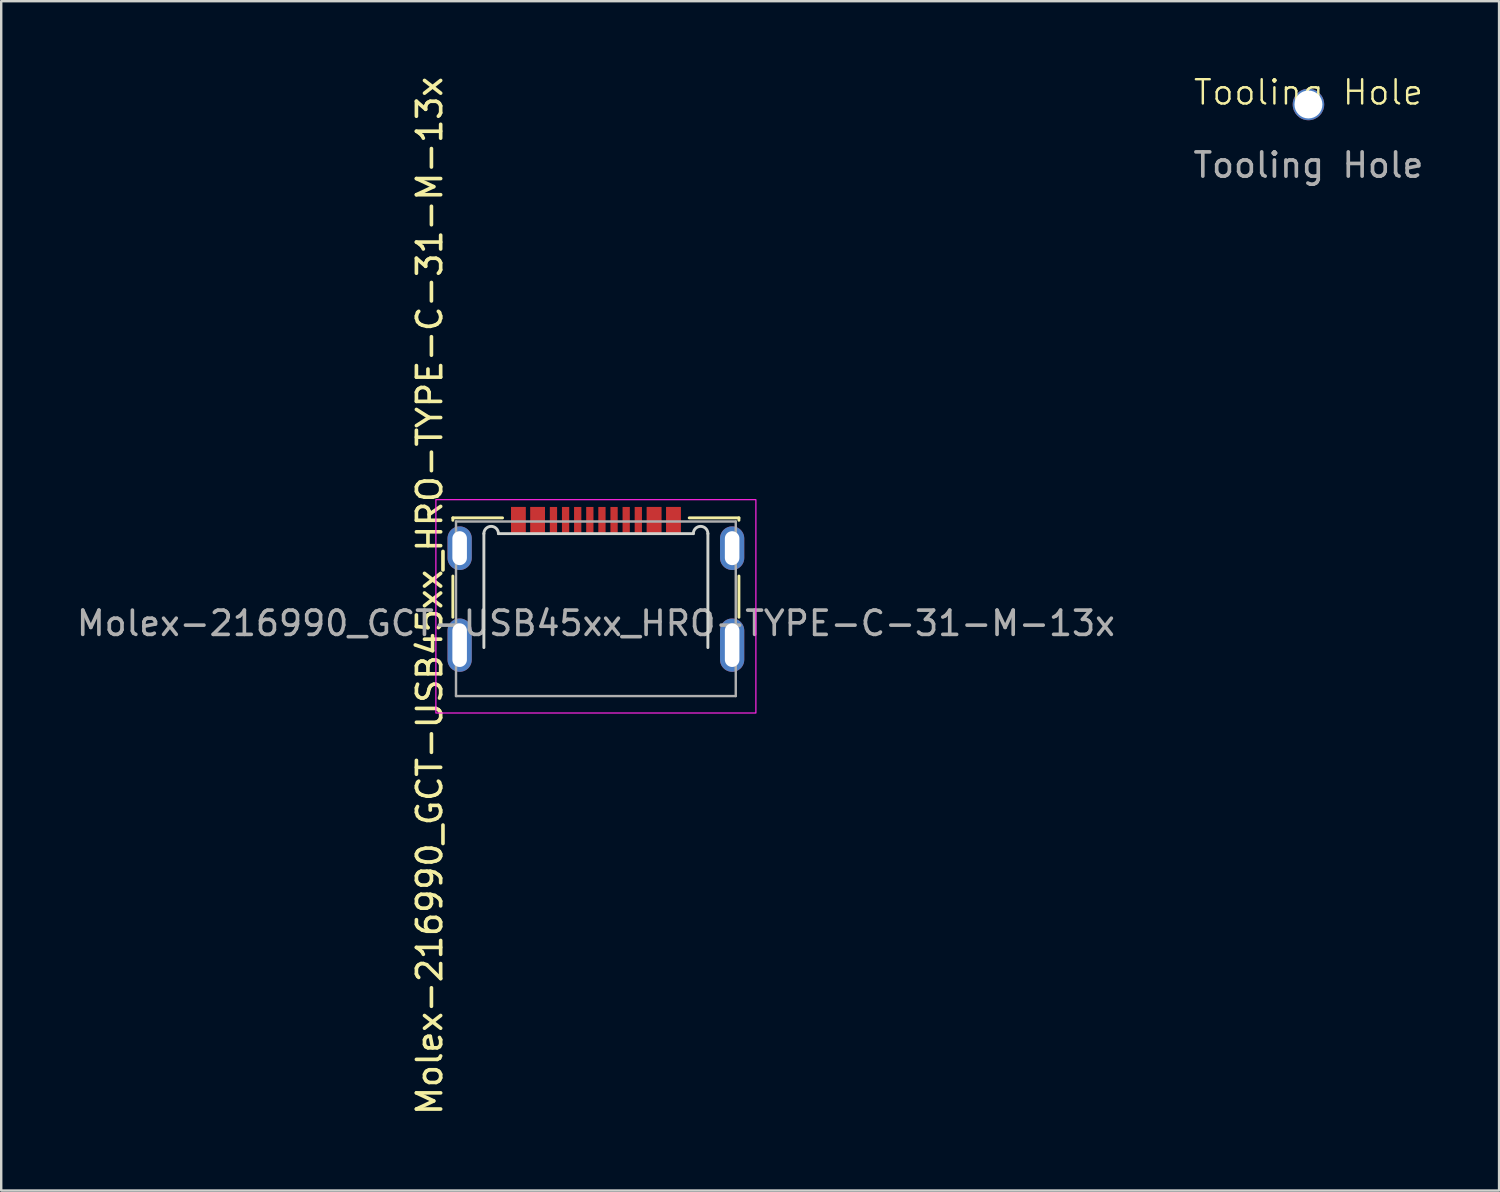
<source format=kicad_pcb>
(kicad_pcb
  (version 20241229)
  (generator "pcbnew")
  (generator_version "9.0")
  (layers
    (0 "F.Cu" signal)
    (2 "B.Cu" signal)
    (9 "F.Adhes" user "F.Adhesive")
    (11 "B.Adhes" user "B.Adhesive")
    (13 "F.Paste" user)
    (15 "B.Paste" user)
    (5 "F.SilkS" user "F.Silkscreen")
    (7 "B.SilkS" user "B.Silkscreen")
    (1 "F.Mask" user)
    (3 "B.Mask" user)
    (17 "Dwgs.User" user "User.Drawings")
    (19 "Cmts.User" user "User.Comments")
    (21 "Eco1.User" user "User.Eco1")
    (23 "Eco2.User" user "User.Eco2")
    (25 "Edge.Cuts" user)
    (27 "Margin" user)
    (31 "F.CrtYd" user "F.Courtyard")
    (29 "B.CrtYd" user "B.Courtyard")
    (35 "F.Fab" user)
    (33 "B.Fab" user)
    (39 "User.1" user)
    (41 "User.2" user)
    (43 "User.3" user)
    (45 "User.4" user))
  (footprint "Molex-216990_GCT-USB45xx_HRO-TYPE-C-31-M-13x"
    (layer "F.Cu")
    (at 21.53 25.662)
    (property "Reference" "Molex-216990_GCT-USB45xx_HRO-TYPE-C-31-M-13x" (at -6.858 -4.132 90) (unlocked yes) (layer "F.SilkS") (effects (font (size 1 1) (thickness 0.15))))
    (attr smd)
    (fp_line (start -5.9 -7.35) (end -5.9 -7.25) (stroke (width 0.12) (type solid)) (layer "F.SilkS"))
    (fp_line (start -5.9 -4.95) (end -5.9 -3.25) (stroke (width 0.12) (type solid)) (layer "F.SilkS"))
    (fp_line (start -3.85 -7.35) (end -5.9 -7.35) (stroke (width 0.12) (type solid)) (layer "F.SilkS"))
    (fp_line (start 5.9 -7.35) (end 3.85 -7.35) (stroke (width 0.12) (type solid)) (layer "F.SilkS"))
    (fp_line (start 5.9 -7.35) (end 5.9 -7.25) (stroke (width 0.12) (type solid)) (layer "F.SilkS"))
    (fp_line (start 5.9 -4.95) (end 5.9 -3.25) (stroke (width 0.12) (type solid)) (layer "F.SilkS"))
    (fp_line (start -4.62 -2) (end -4.62 -6.7) (stroke (width 0.12) (type solid)) (layer "Edge.Cuts"))
    (fp_line (start -4.02 -6.7) (end 4.02 -6.7) (stroke (width 0.12) (type solid)) (layer "Edge.Cuts"))
    (fp_line (start 4.62 -6.7) (end 4.62 -2) (stroke (width 0.12) (type solid)) (layer "Edge.Cuts"))
    (fp_arc (start -4.62 -6.7) (mid -4.32 -7) (end -4.02 -6.7) (stroke (width 0.12) (type solid)) (layer "Edge.Cuts"))
    (fp_arc (start 4.02 -6.7) (mid 4.32 -7) (end 4.62 -6.7) (stroke (width 0.12) (type solid)) (layer "Edge.Cuts"))
    (fp_rect (start -6.6 -8.1) (end 6.6 0.7) (stroke (width 0.05) (type solid)) (fill no) (layer "F.CrtYd"))
    (fp_line (start -5.77 -7.2) (end -5.77 0) (stroke (width 0.1) (type solid)) (layer "F.Fab"))
    (fp_line (start -5.77 0) (end 5.77 0) (stroke (width 0.1) (type solid)) (layer "F.Fab"))
    (fp_line (start 5.77 -7.2) (end -5.77 -7.2) (stroke (width 0.1) (type solid)) (layer "F.Fab"))
    (fp_line (start 5.77 0) (end 5.77 -7.2) (stroke (width 0.1) (type solid)) (layer "F.Fab"))
    (fp_text user "${REFERENCE}" (at 0 -3 0) (unlocked yes) (layer "F.Fab") (effects (font (size 1 1) (thickness 0.15))))
    (pad "A1" connect rect (at -3.2 -7.25) (size 0.6 1.1) (layers "F.Cu" "F.Mask" "F.Paste"))
    (pad "A4" connect rect (at -2.4 -7.25) (size 0.6 1.1) (layers "F.Cu" "F.Mask" "F.Paste"))
    (pad "A5" connect rect (at -1.25 -7.25) (size 0.3 1.1) (layers "F.Cu" "F.Mask" "F.Paste"))
    (pad "A6" connect rect (at -0.25 -7.25) (size 0.3 1.1) (layers "F.Cu" "F.Mask" "F.Paste"))
    (pad "A7" connect rect (at 0.25 -7.25) (size 0.3 1.1) (layers "F.Cu" "F.Mask" "F.Paste"))
    (pad "A8" connect rect (at 1.25 -7.25) (size 0.3 1.1) (layers "F.Cu" "F.Mask" "F.Paste"))
    (pad "A9" connect rect (at 2.4 -7.25) (size 0.6 1.1) (layers "F.Cu" "F.Mask" "F.Paste"))
    (pad "A12" connect rect (at 3.2 -7.25) (size 0.6 1.1) (layers "F.Cu" "F.Mask" "F.Paste"))
    (pad "B1" connect rect (at 3.2 -7.25) (size 0.6 1.1) (layers "F.Cu" "F.Mask" "F.Paste"))
    (pad "B4" connect rect (at 2.4 -7.25) (size 0.6 1.1) (layers "F.Cu" "F.Mask" "F.Paste"))
    (pad "B5" connect rect (at 1.75 -7.25) (size 0.3 1.1) (layers "F.Cu" "F.Mask" "F.Paste"))
    (pad "B6" connect rect (at 0.75 -7.25) (size 0.3 1.1) (layers "F.Cu" "F.Mask" "F.Paste"))
    (pad "B7" connect rect (at -0.75 -7.25) (size 0.3 1.1) (layers "F.Cu" "F.Mask" "F.Paste"))
    (pad "B8" connect rect (at -1.75 -7.25) (size 0.3 1.1) (layers "F.Cu" "F.Mask" "F.Paste"))
    (pad "B9" connect rect (at -2.4 -7.25) (size 0.6 1.1) (layers "F.Cu" "F.Mask" "F.Paste"))
    (pad "B12" connect rect (at -3.2 -7.25) (size 0.6 1.1) (layers "F.Cu" "F.Mask" "F.Paste"))
    (pad "S1" thru_hole oval (at -5.62 -6.1) (size 1 1.8) (drill oval 0.6 1.4) (layers "*.Cu" "*.Mask"))
    (pad "S1" thru_hole oval (at -5.62 -2.1) (size 1 2.2) (drill oval 0.6 1.8) (layers "*.Cu" "*.Mask"))
    (pad "S1" thru_hole oval (at 5.62 -6.1) (size 1 1.8) (drill oval 0.6 1.4) (layers "*.Cu" "*.Mask"))
    (pad "S1" thru_hole oval (at 5.62 -2.1) (size 1 2.2) (drill oval 0.6 1.8) (layers "*.Cu" "*.Mask")))
  (footprint "Tooling Hole"
    (layer "F.Cu")
    (at 50.923 1.26)
    (property "Reference" "Tooling Hole" (at 0 -0.5 0) (unlocked yes) (layer "F.SilkS") (effects (font (size 1 1) (thickness 0.1))))
    (fp_text user "${REFERENCE}" (at 0 2.5 0) (unlocked yes) (layer "F.Fab") (effects (font (size 1 1) (thickness 0.15))))
    (pad "" np_thru_hole circle (at 0 0 90) (size 1.3 1.3) (drill 1.152) (layers "*.Cu" "*.Mask")))
  (gr_rect
    (start -3 -3)
    (end 58.786 46.06)
    (stroke (width 0.1) (type default))
    (fill no)
    (layer "Edge.Cuts")))
</source>
